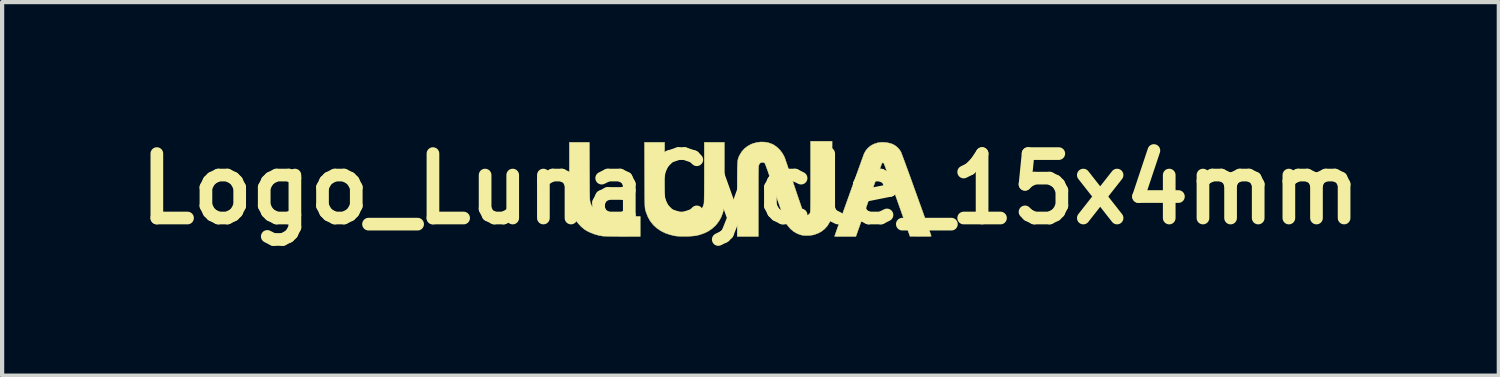
<source format=kicad_pcb>
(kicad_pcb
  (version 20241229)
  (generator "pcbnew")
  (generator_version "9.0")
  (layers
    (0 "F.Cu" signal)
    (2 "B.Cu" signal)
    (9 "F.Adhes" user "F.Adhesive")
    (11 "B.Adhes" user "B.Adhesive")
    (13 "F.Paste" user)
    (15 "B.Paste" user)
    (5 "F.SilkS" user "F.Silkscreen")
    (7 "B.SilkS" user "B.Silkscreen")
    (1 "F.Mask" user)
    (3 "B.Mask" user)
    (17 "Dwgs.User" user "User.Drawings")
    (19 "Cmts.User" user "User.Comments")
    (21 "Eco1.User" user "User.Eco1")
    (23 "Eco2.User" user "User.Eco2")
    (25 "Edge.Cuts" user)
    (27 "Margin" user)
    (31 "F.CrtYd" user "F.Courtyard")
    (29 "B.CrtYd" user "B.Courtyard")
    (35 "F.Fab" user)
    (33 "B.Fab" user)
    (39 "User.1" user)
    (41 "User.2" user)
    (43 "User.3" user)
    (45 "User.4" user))
  (footprint "Logo_LunaCycle_15x4mm"
    (layer "F.Cu")
    (at 14.703 1.418)
    (property "Reference" "Logo_LunaCycle_15x4mm" (at 0 0 0) (layer "F.SilkS") (effects (font (size 1.524 1.524) (thickness 0.3))))
    (attr through_hole)
    (fp_poly (pts (xy -3.808 -0.417) (xy -3.807 -0.292) (xy -3.807 -0.183) (xy -3.806 -0.089) (xy -3.806 -0.008) (xy -3.805 0.061) (xy -3.804 0.119) (xy -3.803 0.166) (xy -3.802 0.205) (xy -3.801 0.236) (xy -3.799 0.261) (xy -3.797 0.28) (xy -3.795 0.295) (xy -3.793 0.307) (xy -3.791 0.316) (xy -3.759 0.4) (xy -3.716 0.472) (xy -3.663 0.53) (xy -3.598 0.577) (xy -3.57 0.593) (xy -3.542 0.606) (xy -3.516 0.617) (xy -3.489 0.626) (xy -3.46 0.633) (xy -3.427 0.639) (xy -3.388 0.643) (xy -3.342 0.647) (xy -3.286 0.649) (xy -3.22 0.651) (xy -3.142 0.652) (xy -3.049 0.652) (xy -2.979 0.652) (xy -2.608 0.652) (xy -2.608 1.126) (xy -3.02 1.125) (xy -3.105 1.125) (xy -3.186 1.124) (xy -3.261 1.123) (xy -3.33 1.122) (xy -3.389 1.121) (xy -3.437 1.119) (xy -3.473 1.118) (xy -3.493 1.117) (xy -3.59 1.099) (xy -3.688 1.072) (xy -3.782 1.036) (xy -3.868 0.994) (xy -3.932 0.954) (xy -4.003 0.894) (xy -4.071 0.822) (xy -4.131 0.743) (xy -4.18 0.661) (xy -4.195 0.63) (xy -4.209 0.597) (xy -4.223 0.556) (xy -4.237 0.514) (xy -4.239 0.508) (xy -4.246 0.481) (xy -4.253 0.455) (xy -4.259 0.43) (xy -4.264 0.404) (xy -4.269 0.376) (xy -4.272 0.345) (xy -4.275 0.309) (xy -4.278 0.267) (xy -4.28 0.218) (xy -4.281 0.161) (xy -4.282 0.094) (xy -4.283 0.016) (xy -4.284 -0.073) (xy -4.284 -0.177) (xy -4.284 -0.294) (xy -4.284 -0.413) (xy -4.284 -1.101) (xy -3.811 -1.101) (xy -3.808 -0.417)) (stroke (width 0.01) (type solid)) (fill yes) (layer "F.SilkS"))
    (fp_poly (pts (xy -2.032 -0.408) (xy -2.032 -0.259) (xy -2.032 -0.127) (xy -2.031 -0.011) (xy -2.03 0.088) (xy -2.029 0.17) (xy -2.028 0.236) (xy -2.026 0.286) (xy -2.024 0.319) (xy -2.023 0.335) (xy -2.001 0.408) (xy -1.965 0.473) (xy -1.915 0.53) (xy -1.852 0.577) (xy -1.777 0.613) (xy -1.719 0.632) (xy -1.681 0.639) (xy -1.632 0.644) (xy -1.576 0.647) (xy -1.519 0.647) (xy -1.465 0.645) (xy -1.42 0.641) (xy -1.4 0.637) (xy -1.335 0.619) (xy -1.282 0.596) (xy -1.237 0.567) (xy -1.211 0.545) (xy -1.161 0.488) (xy -1.124 0.422) (xy -1.101 0.351) (xy -1.101 0.348) (xy -1.099 0.331) (xy -1.098 0.297) (xy -1.096 0.249) (xy -1.095 0.185) (xy -1.094 0.107) (xy -1.093 0.017) (xy -1.093 -0.087) (xy -1.092 -0.202) (xy -1.092 -0.328) (xy -1.092 -0.399) (xy -1.092 -1.101) (xy -0.618 -1.101) (xy -0.618 -0.357) (xy -0.618 -0.221) (xy -0.618 -0.101) (xy -0.618 0.004) (xy -0.619 0.096) (xy -0.619 0.175) (xy -0.62 0.244) (xy -0.622 0.302) (xy -0.623 0.352) (xy -0.625 0.394) (xy -0.628 0.429) (xy -0.631 0.46) (xy -0.635 0.486) (xy -0.64 0.509) (xy -0.645 0.53) (xy -0.651 0.551) (xy -0.658 0.572) (xy -0.663 0.588) (xy -0.699 0.678) (xy -0.742 0.756) (xy -0.796 0.829) (xy -0.833 0.871) (xy -0.912 0.942) (xy -1 1.002) (xy -1.1 1.05) (xy -1.212 1.088) (xy -1.287 1.105) (xy -1.327 1.111) (xy -1.379 1.116) (xy -1.441 1.12) (xy -1.508 1.122) (xy -1.576 1.123) (xy -1.641 1.122) (xy -1.7 1.12) (xy -1.748 1.116) (xy -1.77 1.114) (xy -1.899 1.085) (xy -2.016 1.045) (xy -2.122 0.992) (xy -2.216 0.928) (xy -2.297 0.853) (xy -2.367 0.766) (xy -2.423 0.668) (xy -2.467 0.558) (xy -2.483 0.506) (xy -2.486 0.494) (xy -2.489 0.482) (xy -2.491 0.469) (xy -2.493 0.454) (xy -2.495 0.436) (xy -2.497 0.414) (xy -2.498 0.387) (xy -2.499 0.353) (xy -2.5 0.311) (xy -2.501 0.261) (xy -2.501 0.201) (xy -2.502 0.13) (xy -2.502 0.047) (xy -2.503 -0.049) (xy -2.503 -0.16) (xy -2.504 -0.286) (xy -2.504 -0.332) (xy -2.507 -1.101) (xy -2.032 -1.101) (xy -2.032 -0.408)) (stroke (width 0.01) (type solid)) (fill yes) (layer "F.SilkS"))
    (fp_poly (pts (xy 3.178 -1.099) (xy 3.257 -1.088) (xy 3.331 -1.069) (xy 3.385 -1.046) (xy 3.437 -1.013) (xy 3.487 -0.969) (xy 3.531 -0.918) (xy 3.558 -0.874) (xy 3.564 -0.861) (xy 3.575 -0.833) (xy 3.59 -0.792) (xy 3.61 -0.739) (xy 3.634 -0.675) (xy 3.661 -0.601) (xy 3.691 -0.519) (xy 3.724 -0.429) (xy 3.759 -0.333) (xy 3.796 -0.232) (xy 3.834 -0.126) (xy 3.872 -0.019) (xy 3.912 0.091) (xy 3.951 0.2) (xy 3.99 0.309) (xy 4.029 0.416) (xy 4.066 0.519) (xy 4.101 0.618) (xy 4.135 0.712) (xy 4.165 0.799) (xy 4.193 0.878) (xy 4.218 0.947) (xy 4.239 1.007) (xy 4.255 1.055) (xy 4.267 1.09) (xy 4.274 1.112) (xy 4.276 1.118) (xy 4.267 1.121) (xy 4.243 1.122) (xy 4.203 1.124) (xy 4.149 1.124) (xy 4.082 1.124) (xy 4.025 1.124) (xy 3.774 1.122) (xy 3.472 0.271) (xy 3.431 0.155) (xy 3.391 0.044) (xy 3.353 -0.062) (xy 3.318 -0.161) (xy 3.285 -0.254) (xy 3.255 -0.337) (xy 3.228 -0.411) (xy 3.205 -0.474) (xy 3.187 -0.526) (xy 3.172 -0.564) (xy 3.163 -0.589) (xy 3.159 -0.599) (xy 3.144 -0.614) (xy 3.125 -0.617) (xy 3.11 -0.607) (xy 3.106 -0.598) (xy 3.097 -0.574) (xy 3.083 -0.536) (xy 3.064 -0.485) (xy 3.041 -0.422) (xy 3.015 -0.349) (xy 2.985 -0.266) (xy 2.953 -0.174) (xy 2.917 -0.075) (xy 2.88 0.031) (xy 2.84 0.143) (xy 2.799 0.259) (xy 2.797 0.265) (xy 2.493 1.126) (xy 2.242 1.126) (xy 2.178 1.126) (xy 2.121 1.126) (xy 2.071 1.125) (xy 2.031 1.125) (xy 2.004 1.124) (xy 1.991 1.123) (xy 1.99 1.123) (xy 1.992 1.114) (xy 2.001 1.091) (xy 2.014 1.054) (xy 2.031 1.005) (xy 2.052 0.944) (xy 2.077 0.874) (xy 2.106 0.794) (xy 2.137 0.707) (xy 2.17 0.613) (xy 2.205 0.514) (xy 2.242 0.411) (xy 2.28 0.305) (xy 2.319 0.197) (xy 2.357 0.089) (xy 2.396 -0.019) (xy 2.434 -0.125) (xy 2.471 -0.228) (xy 2.506 -0.327) (xy 2.54 -0.421) (xy 2.571 -0.508) (xy 2.6 -0.588) (xy 2.625 -0.659) (xy 2.647 -0.719) (xy 2.665 -0.769) (xy 2.679 -0.806) (xy 2.687 -0.83) (xy 2.691 -0.838) (xy 2.73 -0.908) (xy 2.783 -0.969) (xy 2.847 -1.021) (xy 2.921 -1.061) (xy 3.003 -1.088) (xy 3.026 -1.093) (xy 3.099 -1.101) (xy 3.178 -1.099)) (stroke (width 0.01) (type solid)) (fill yes) (layer "F.SilkS"))
    (fp_poly (pts (xy 1.928 -0.248) (xy 1.928 -0.103) (xy 1.927 0.026) (xy 1.927 0.141) (xy 1.926 0.241) (xy 1.926 0.329) (xy 1.925 0.404) (xy 1.924 0.469) (xy 1.922 0.525) (xy 1.921 0.572) (xy 1.918 0.611) (xy 1.916 0.644) (xy 1.912 0.671) (xy 1.908 0.693) (xy 1.904 0.712) (xy 1.899 0.729) (xy 1.892 0.744) (xy 1.885 0.759) (xy 1.878 0.775) (xy 1.869 0.792) (xy 1.868 0.794) (xy 1.818 0.876) (xy 1.755 0.946) (xy 1.68 1.005) (xy 1.595 1.051) (xy 1.499 1.085) (xy 1.486 1.088) (xy 1.434 1.097) (xy 1.373 1.102) (xy 1.31 1.103) (xy 1.25 1.099) (xy 1.2 1.091) (xy 1.196 1.09) (xy 1.107 1.057) (xy 1.024 1.01) (xy 0.95 0.949) (xy 0.886 0.875) (xy 0.832 0.789) (xy 0.82 0.766) (xy 0.812 0.748) (xy 0.8 0.714) (xy 0.783 0.667) (xy 0.762 0.609) (xy 0.737 0.54) (xy 0.71 0.461) (xy 0.681 0.375) (xy 0.649 0.282) (xy 0.616 0.185) (xy 0.582 0.083) (xy 0.572 0.055) (xy 0.532 -0.066) (xy 0.494 -0.177) (xy 0.46 -0.276) (xy 0.43 -0.364) (xy 0.404 -0.44) (xy 0.381 -0.502) (xy 0.363 -0.551) (xy 0.35 -0.585) (xy 0.342 -0.604) (xy 0.34 -0.607) (xy 0.319 -0.622) (xy 0.29 -0.627) (xy 0.288 -0.627) (xy 0.252 -0.623) (xy 0.227 -0.609) (xy 0.208 -0.583) (xy 0.203 -0.573) (xy 0.2 -0.567) (xy 0.198 -0.559) (xy 0.196 -0.55) (xy 0.194 -0.537) (xy 0.192 -0.52) (xy 0.191 -0.498) (xy 0.19 -0.47) (xy 0.189 -0.435) (xy 0.188 -0.391) (xy 0.188 -0.338) (xy 0.187 -0.275) (xy 0.187 -0.2) (xy 0.187 -0.113) (xy 0.187 -0.013) (xy 0.187 0.102) (xy 0.186 0.232) (xy 0.186 0.294) (xy 0.186 1.126) (xy -0.313 1.126) (xy -0.313 0.256) (xy -0.313 0.11) (xy -0.313 -0.02) (xy -0.313 -0.135) (xy -0.313 -0.236) (xy -0.312 -0.325) (xy -0.312 -0.401) (xy -0.311 -0.468) (xy -0.309 -0.524) (xy -0.307 -0.572) (xy -0.305 -0.612) (xy -0.302 -0.645) (xy -0.299 -0.673) (xy -0.295 -0.697) (xy -0.29 -0.717) (xy -0.284 -0.735) (xy -0.278 -0.751) (xy -0.271 -0.767) (xy -0.263 -0.784) (xy -0.255 -0.8) (xy -0.206 -0.88) (xy -0.144 -0.95) (xy -0.07 -1.008) (xy 0.013 -1.054) (xy 0.041 -1.066) (xy 0.139 -1.095) (xy 0.237 -1.109) (xy 0.334 -1.107) (xy 0.427 -1.09) (xy 0.516 -1.058) (xy 0.564 -1.032) (xy 0.632 -0.982) (xy 0.695 -0.92) (xy 0.751 -0.848) (xy 0.794 -0.771) (xy 0.807 -0.743) (xy 0.813 -0.727) (xy 0.824 -0.696) (xy 0.839 -0.651) (xy 0.859 -0.595) (xy 0.881 -0.528) (xy 0.907 -0.451) (xy 0.936 -0.367) (xy 0.967 -0.276) (xy 0.999 -0.181) (xy 1.032 -0.081) (xy 1.037 -0.068) (xy 1.07 0.032) (xy 1.102 0.127) (xy 1.132 0.216) (xy 1.161 0.299) (xy 1.186 0.374) (xy 1.209 0.44) (xy 1.228 0.495) (xy 1.243 0.538) (xy 1.253 0.568) (xy 1.259 0.583) (xy 1.26 0.584) (xy 1.28 0.609) (xy 1.308 0.622) (xy 1.339 0.624) (xy 1.37 0.614) (xy 1.396 0.592) (xy 1.408 0.573) (xy 1.411 0.567) (xy 1.413 0.559) (xy 1.414 0.548) (xy 1.416 0.532) (xy 1.417 0.512) (xy 1.419 0.485) (xy 1.42 0.45) (xy 1.42 0.408) (xy 1.421 0.356) (xy 1.421 0.294) (xy 1.422 0.221) (xy 1.422 0.136) (xy 1.422 0.037) (xy 1.422 -0.076) (xy 1.422 -0.204) (xy 1.422 -0.291) (xy 1.422 -1.126) (xy 1.931 -1.126) (xy 1.928 -0.248)) (stroke (width 0.01) (type solid)) (fill yes) (layer "F.SilkS")))
  (gr_rect
    (start -3 -3)
    (end 32.406 5.836)
    (stroke (width 0.1) (type default))
    (fill no)
    (layer "Edge.Cuts")))
</source>
